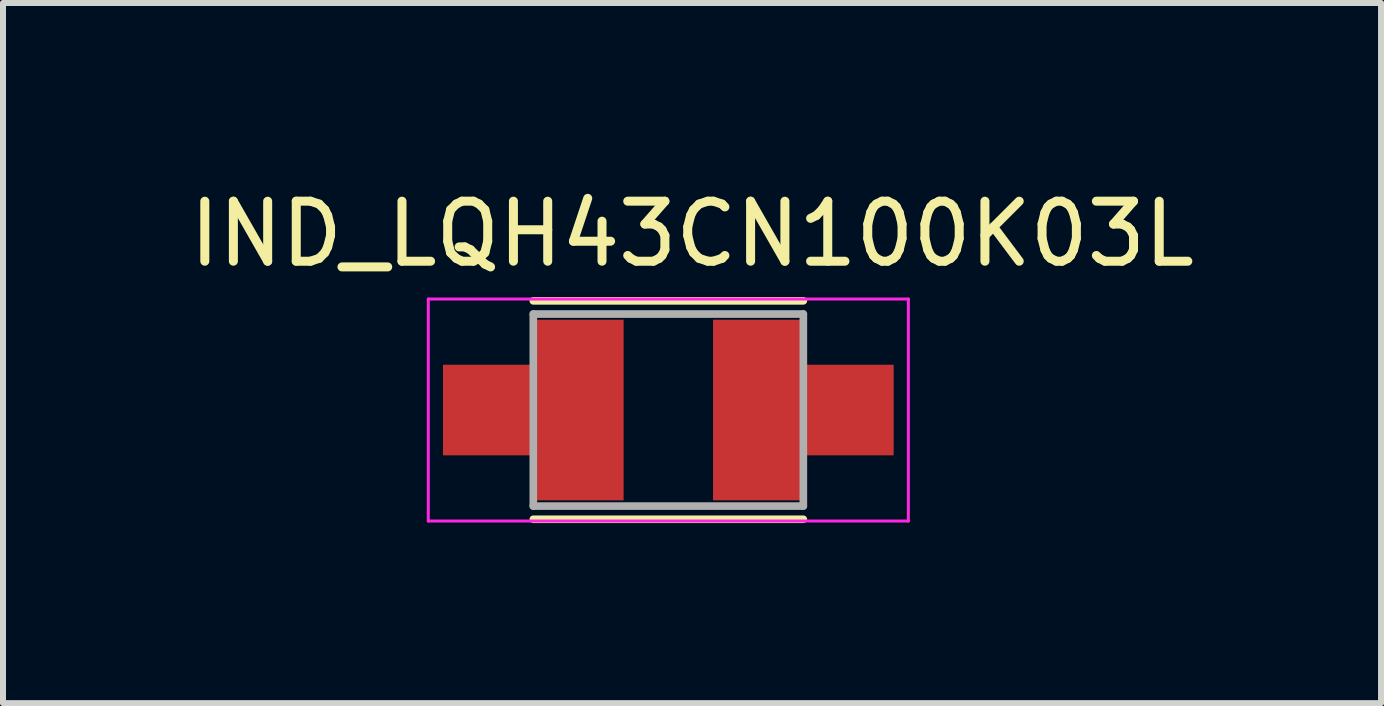
<source format=kicad_pcb>
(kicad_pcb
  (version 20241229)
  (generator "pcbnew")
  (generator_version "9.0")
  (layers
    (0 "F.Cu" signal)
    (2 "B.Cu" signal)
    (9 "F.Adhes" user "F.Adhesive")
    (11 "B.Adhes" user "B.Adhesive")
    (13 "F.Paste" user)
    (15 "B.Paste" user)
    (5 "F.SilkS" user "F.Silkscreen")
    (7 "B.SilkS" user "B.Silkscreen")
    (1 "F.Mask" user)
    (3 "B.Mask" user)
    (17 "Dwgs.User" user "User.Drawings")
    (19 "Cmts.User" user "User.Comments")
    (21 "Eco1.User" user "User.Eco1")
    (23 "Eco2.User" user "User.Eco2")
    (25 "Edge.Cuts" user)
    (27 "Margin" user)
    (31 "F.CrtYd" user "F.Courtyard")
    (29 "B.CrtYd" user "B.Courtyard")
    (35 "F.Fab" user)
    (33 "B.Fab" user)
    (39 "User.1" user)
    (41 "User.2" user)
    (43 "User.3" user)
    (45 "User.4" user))
  (footprint "IND_LQH43CN100K03L"
    (layer "F.Cu")
    (at 8.087 3.783)
    (property "Reference" "IND_LQH43CN100K03L" (at 0.395 -2.935 0) (layer "F.SilkS") (effects (font (size 1 1) (thickness 0.15))))
    (attr through_hole)
    (fp_poly (pts (xy -2.35 -0.85) (xy -2.35 -1.6) (xy -0.65 -1.6) (xy -0.65 1.6) (xy -2.35 1.6) (xy -2.35 0.85) (xy -3.85 0.85) (xy -3.85 -0.85)) (stroke (width 0.01) (type solid)) (fill yes) (layer "F.Mask"))
    (fp_poly (pts (xy 2.35 -0.85) (xy 2.35 -1.6) (xy 0.65 -1.6) (xy 0.65 1.6) (xy 2.35 1.6) (xy 2.35 0.85) (xy 3.85 0.85) (xy 3.85 -0.85)) (stroke (width 0.01) (type solid)) (fill yes) (layer "F.Mask"))
    (fp_line (start -2.25 -1.82) (end 2.25 -1.82) (stroke (width 0.127) (type solid)) (layer "F.SilkS"))
    (fp_line (start -2.25 1.82) (end 2.25 1.82) (stroke (width 0.127) (type solid)) (layer "F.SilkS"))
    (fp_poly (pts (xy -2.25 -0.75) (xy -2.25 -1.5) (xy -0.75 -1.5) (xy -0.75 1.5) (xy -2.25 1.5) (xy -2.25 0.75) (xy -3.75 0.75) (xy -3.75 -0.75)) (stroke (width 0.01) (type solid)) (fill yes) (layer "F.Paste"))
    (fp_poly (pts (xy 2.25 -0.75) (xy 2.25 -1.5) (xy 0.75 -1.5) (xy 0.75 1.5) (xy 2.25 1.5) (xy 2.25 0.75) (xy 3.75 0.75) (xy 3.75 -0.75)) (stroke (width 0.01) (type solid)) (fill yes) (layer "F.Paste"))
    (fp_line (start -4 -1.85) (end 4 -1.85) (stroke (width 0.05) (type solid)) (layer "F.CrtYd"))
    (fp_line (start -4 1.85) (end -4 -1.85) (stroke (width 0.05) (type solid)) (layer "F.CrtYd"))
    (fp_line (start 4 -1.85) (end 4 1.85) (stroke (width 0.05) (type solid)) (layer "F.CrtYd"))
    (fp_line (start 4 1.85) (end -4 1.85) (stroke (width 0.05) (type solid)) (layer "F.CrtYd"))
    (fp_line (start -2.25 -1.6) (end 2.25 -1.6) (stroke (width 0.127) (type solid)) (layer "F.Fab"))
    (fp_line (start -2.25 1.6) (end -2.25 -1.6) (stroke (width 0.127) (type solid)) (layer "F.Fab"))
    (fp_line (start 2.25 -1.6) (end 2.25 1.6) (stroke (width 0.127) (type solid)) (layer "F.Fab"))
    (fp_line (start 2.25 1.6) (end -2.25 1.6) (stroke (width 0.127) (type solid)) (layer "F.Fab"))
    (pad "1" smd custom (at -1.25 0) (size 0.9 0.9) (layers "F.Cu") (options (anchor rect)) (primitives (gr_poly (pts (xy -1 -0.75) (xy -1 -1.5) (xy 0.5 -1.5) (xy 0.5 1.5) (xy -1 1.5) (xy -1 0.75) (xy -2.5 0.75) (xy -2.5 -0.75)) (width 0.01) (fill yes))))
    (pad "2" smd custom (at 1.25 0) (size 0.9 0.9) (layers "F.Cu") (options (anchor rect)) (primitives (gr_poly (pts (xy 1 -0.75) (xy 1 -1.5) (xy -0.5 -1.5) (xy -0.5 1.5) (xy 1 1.5) (xy 1 0.75) (xy 2.5 0.75) (xy 2.5 -0.75)) (width 0.01) (fill yes)))))
  (gr_rect
    (start -3 -3)
    (end 19.964 8.667)
    (stroke (width 0.1) (type default))
    (fill no)
    (layer "Edge.Cuts")))
</source>
